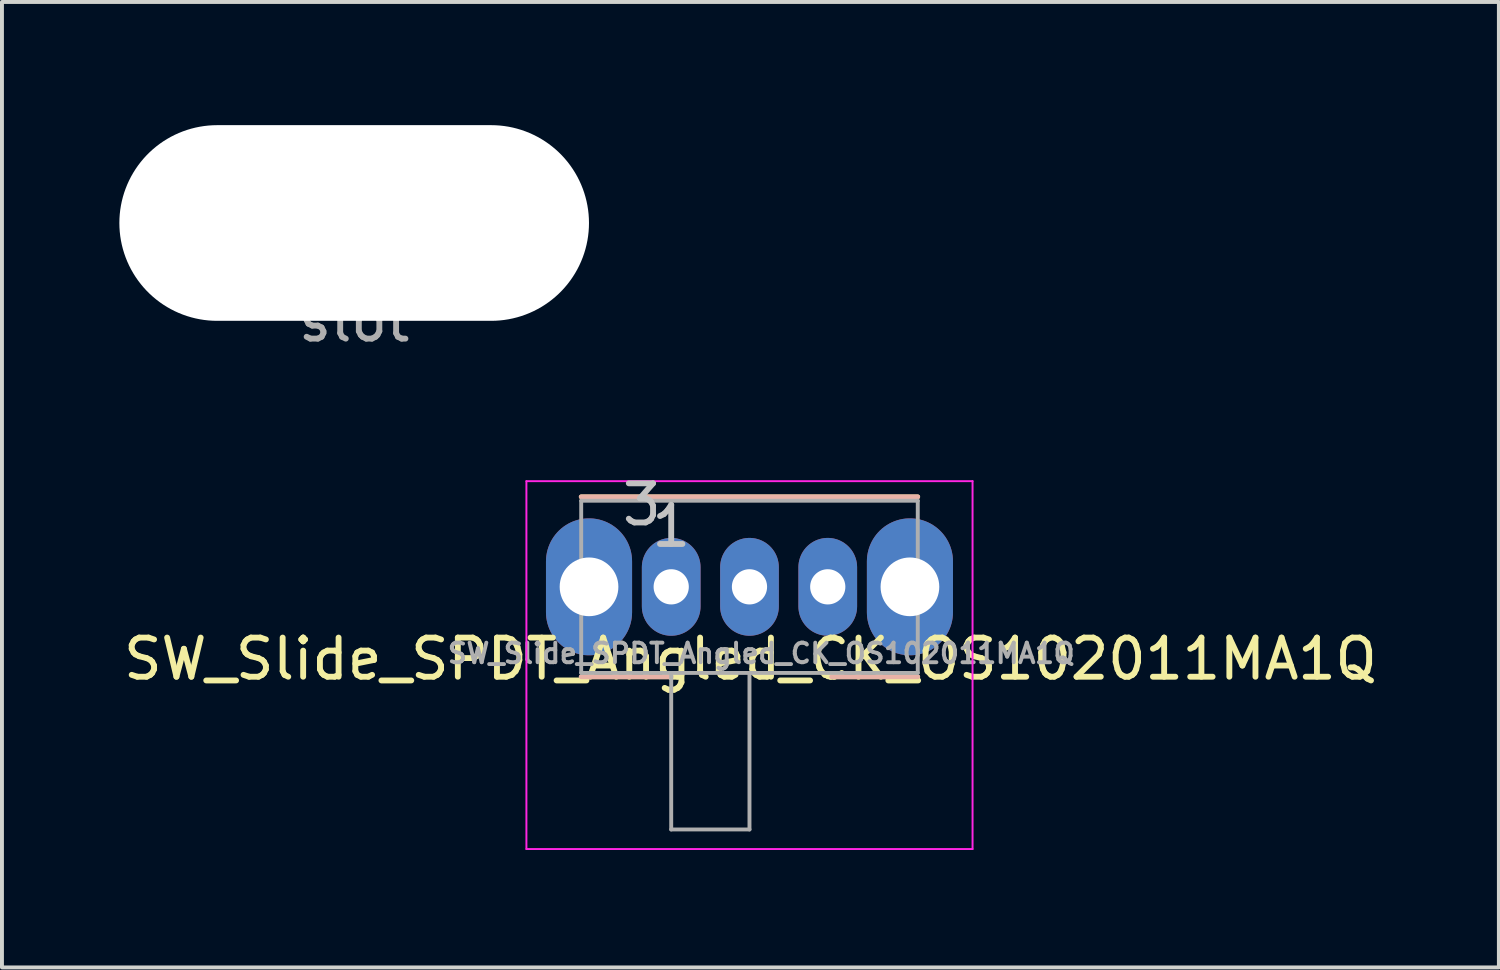
<source format=kicad_pcb>
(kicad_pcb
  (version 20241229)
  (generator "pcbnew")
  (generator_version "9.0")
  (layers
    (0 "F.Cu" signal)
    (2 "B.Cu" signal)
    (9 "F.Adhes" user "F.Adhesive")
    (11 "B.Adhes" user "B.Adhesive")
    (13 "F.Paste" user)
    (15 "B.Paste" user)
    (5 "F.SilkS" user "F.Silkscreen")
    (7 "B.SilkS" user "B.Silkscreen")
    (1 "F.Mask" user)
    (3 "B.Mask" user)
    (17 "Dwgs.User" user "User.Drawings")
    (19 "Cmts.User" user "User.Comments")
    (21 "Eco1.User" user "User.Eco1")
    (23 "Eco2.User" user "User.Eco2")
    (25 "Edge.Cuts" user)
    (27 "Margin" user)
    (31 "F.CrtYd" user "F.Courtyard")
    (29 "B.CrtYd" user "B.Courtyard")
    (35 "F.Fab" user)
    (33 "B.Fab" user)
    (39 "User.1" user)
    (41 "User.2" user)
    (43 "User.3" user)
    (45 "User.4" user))
  (footprint "SW_Slide_SPDT_Angled_CK_OS102011MA1Q"
    (layer "F.Cu")
    (at 14.101 11.945)
    (property "Reference" "SW_Slide_SPDT_Angled_CK_OS102011MA1Q" (at 2.024 1.842 0) (layer "F.SilkS") (effects (font (size 1 1) (thickness 0.15))))
    (attr through_hole)
    (fp_line (start -2.3 -2.3) (end 6.3 -2.3) (stroke (width 0.12) (type solid)) (layer "F.SilkS"))
    (fp_line (start -2.3 2.3) (end -0.1 2.3) (stroke (width 0.12) (type solid)) (layer "F.SilkS"))
    (fp_line (start 4 2.3) (end 6.3 2.3) (stroke (width 0.12) (type solid)) (layer "F.SilkS"))
    (fp_line (start -2.3 -2.3) (end 6.3 -2.3) (stroke (width 0.12) (type solid)) (layer "B.SilkS"))
    (fp_line (start -2.3 2.3) (end 0 2.3) (stroke (width 0.12) (type solid)) (layer "B.SilkS"))
    (fp_line (start 4.1 2.3) (end 6.3 2.3) (stroke (width 0.12) (type solid)) (layer "B.SilkS"))
    (fp_line (start -3.7 -2.7) (end 7.7 -2.7) (stroke (width 0.05) (type solid)) (layer "F.CrtYd"))
    (fp_line (start -3.7 6.7) (end -3.7 -2.7) (stroke (width 0.05) (type solid)) (layer "F.CrtYd"))
    (fp_line (start 7.7 -2.7) (end 7.7 6.7) (stroke (width 0.05) (type solid)) (layer "F.CrtYd"))
    (fp_line (start 7.7 6.7) (end -3.7 6.7) (stroke (width 0.05) (type solid)) (layer "F.CrtYd"))
    (fp_line (start -2.3 -2.2) (end -2.3 2.2) (stroke (width 0.1) (type solid)) (layer "F.Fab"))
    (fp_line (start -2.3 -2.2) (end 6.3 -2.2) (stroke (width 0.1) (type solid)) (layer "F.Fab"))
    (fp_line (start -2.3 2.2) (end 6.3 2.2) (stroke (width 0.1) (type solid)) (layer "F.Fab"))
    (fp_line (start 0 6.2) (end 0 2.2) (stroke (width 0.1) (type solid)) (layer "F.Fab"))
    (fp_line (start 2 2.2) (end 2 6.2) (stroke (width 0.1) (type solid)) (layer "F.Fab"))
    (fp_line (start 2 6.2) (end 0 6.2) (stroke (width 0.1) (type solid)) (layer "F.Fab"))
    (fp_line (start 6.3 2.2) (end 6.3 -2.2) (stroke (width 0.1) (type solid)) (layer "F.Fab"))
    (fp_text user "1" (at 0 -1.55 0) (unlocked yes) (layer "Dwgs.User") (effects (font (size 1 1) (thickness 0.15))))
    (fp_text user "3" (at -0.75 -2.1 0) (unlocked yes) (layer "Dwgs.User") (effects (font (size 1 1) (thickness 0.15))))
    (fp_text user "${REFERENCE}" (at 2.3 1.7 0) (layer "F.Fab") (effects (font (size 0.5 0.5) (thickness 0.1))))
    (pad "" thru_hole oval (at -2.1 0) (size 2.2 3.5) (drill 1.5) (layers "*.Cu" "*.Mask"))
    (pad "" thru_hole oval (at 6.1 -0.000003) (size 2.2 3.5) (drill 1.5) (layers "*.Cu" "*.Mask"))
    (pad "1" thru_hole oval (at 0 0) (size 1.5 2.5) (drill 0.9) (layers "*.Cu" "*.Mask"))
    (pad "2" thru_hole oval (at 2 0) (size 1.5 2.5) (drill 0.9) (layers "*.Cu" "*.Mask"))
    (pad "3" thru_hole oval (at 4 0) (size 1.5 2.5) (drill 0.9) (layers "*.Cu" "*.Mask")))
  (footprint "slot"
    (layer "F.Cu")
    (at 6 2.648)
    (property "Reference" "slot" (at 0 -1.8 0) (unlocked yes) (layer "F.SilkS") (effects (font (size 1 1) (thickness 0.15))))
    (fp_text user "${REFERENCE}" (at 0 2.5 0) (unlocked yes) (layer "F.Fab") (effects (font (size 1 1) (thickness 0.15))))
    (pad "" np_thru_hole oval (at 0 0) (size 12 5) (drill oval 12 5) (layers "*.Cu" "*.Mask")))
  (gr_rect
    (start -3 -3)
    (end 35.25 21.67)
    (stroke (width 0.1) (type default))
    (fill no)
    (layer "Edge.Cuts")))
</source>
